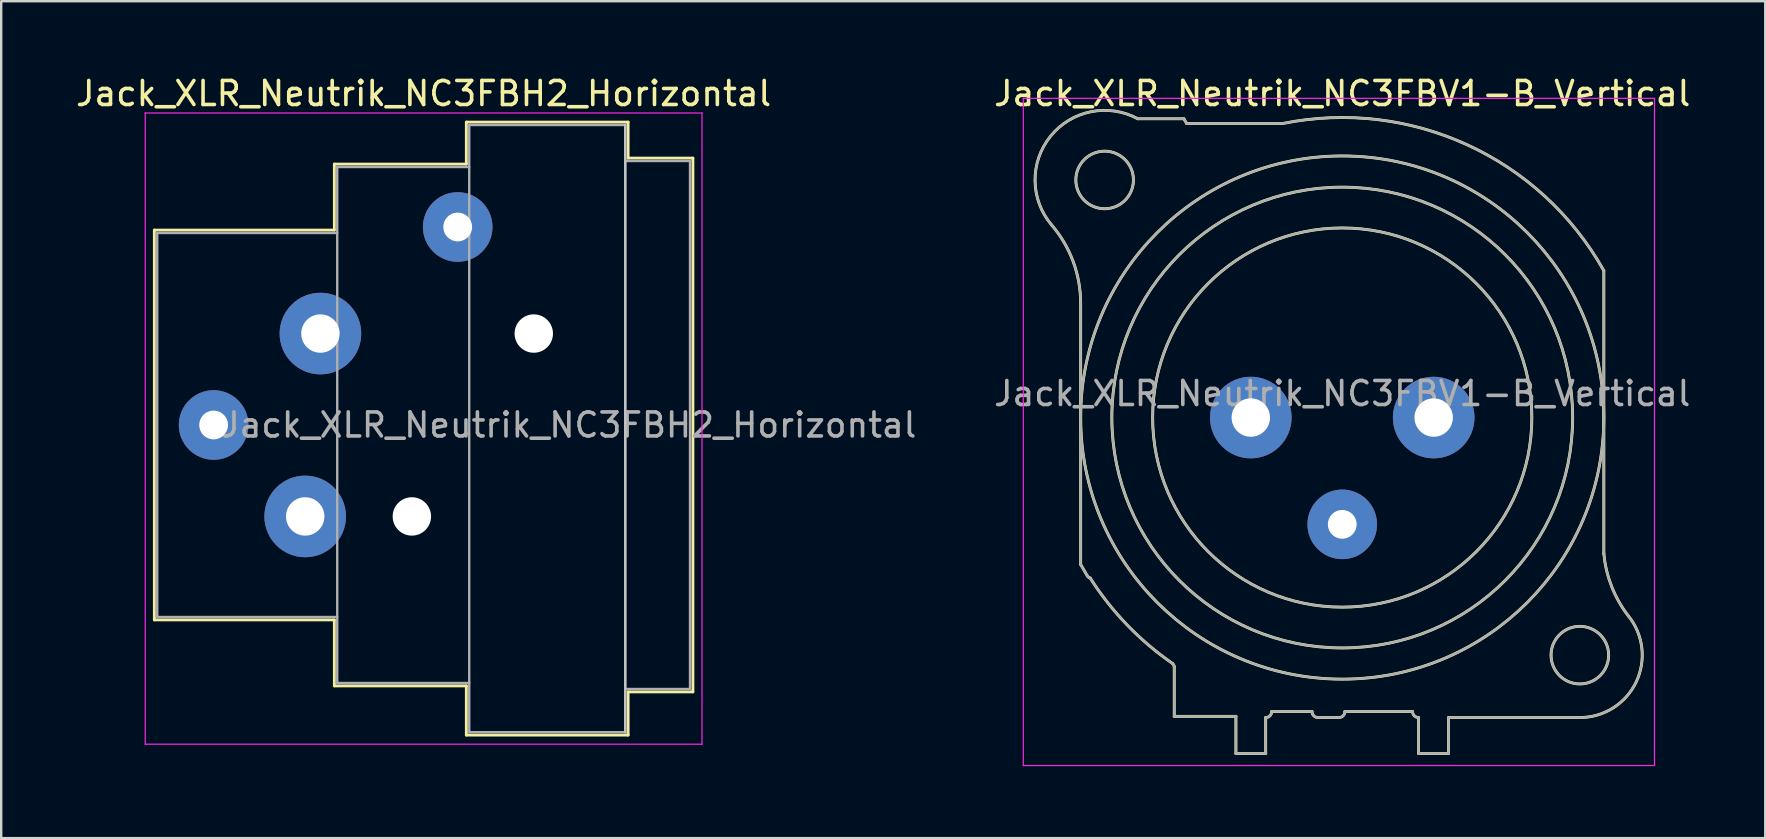
<source format=kicad_pcb>
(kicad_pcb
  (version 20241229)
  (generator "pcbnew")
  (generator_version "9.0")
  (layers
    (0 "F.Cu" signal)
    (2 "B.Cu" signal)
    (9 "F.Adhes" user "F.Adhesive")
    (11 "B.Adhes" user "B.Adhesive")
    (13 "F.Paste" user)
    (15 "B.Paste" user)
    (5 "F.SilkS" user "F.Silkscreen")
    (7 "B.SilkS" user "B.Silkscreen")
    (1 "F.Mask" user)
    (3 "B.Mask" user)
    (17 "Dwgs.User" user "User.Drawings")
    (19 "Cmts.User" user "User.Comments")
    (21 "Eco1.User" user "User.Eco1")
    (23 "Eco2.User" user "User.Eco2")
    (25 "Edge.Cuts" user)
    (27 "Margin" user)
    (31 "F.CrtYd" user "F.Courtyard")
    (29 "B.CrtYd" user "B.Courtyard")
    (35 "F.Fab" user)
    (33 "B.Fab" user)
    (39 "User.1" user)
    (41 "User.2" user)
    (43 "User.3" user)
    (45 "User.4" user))
  (footprint "Jack_XLR_Neutrik_NC3FBH2_Horizontal"
    (layer "F.Cu")
    (at 10.301 10.848)
    (property "Reference" "Jack_XLR_Neutrik_NC3FBH2_Horizontal" (at 4.3 -10 0) (layer "F.SilkS") (effects (font (size 1 1) (thickness 0.15))))
    (attr through_hole)
    (fp_line (start -6.92 -4.31) (end -6.92 11.93) (stroke (width 0.12) (type solid)) (layer "F.SilkS"))
    (fp_line (start 0.58 -7.06) (end 0.58 -4.31) (stroke (width 0.12) (type solid)) (layer "F.SilkS"))
    (fp_line (start 0.58 -4.31) (end -6.92 -4.31) (stroke (width 0.12) (type solid)) (layer "F.SilkS"))
    (fp_line (start 0.58 11.93) (end -6.92 11.93) (stroke (width 0.12) (type solid)) (layer "F.SilkS"))
    (fp_line (start 0.58 11.93) (end 0.58 14.68) (stroke (width 0.12) (type solid)) (layer "F.SilkS"))
    (fp_line (start 6.08 -7.06) (end 0.58 -7.06) (stroke (width 0.12) (type solid)) (layer "F.SilkS"))
    (fp_line (start 6.08 -7.06) (end 6.08 -8.81) (stroke (width 0.12) (type solid)) (layer "F.SilkS"))
    (fp_line (start 6.08 14.68) (end 0.58 14.68) (stroke (width 0.12) (type solid)) (layer "F.SilkS"))
    (fp_line (start 6.08 16.73) (end 6.08 14.68) (stroke (width 0.12) (type solid)) (layer "F.SilkS"))
    (fp_line (start 12.82 -8.81) (end 6.08 -8.81) (stroke (width 0.12) (type solid)) (layer "F.SilkS"))
    (fp_line (start 12.82 -8.81) (end 12.82 -7.31) (stroke (width 0.12) (type solid)) (layer "F.SilkS"))
    (fp_line (start 12.82 -7.31) (end 15.52 -7.31) (stroke (width 0.12) (type solid)) (layer "F.SilkS"))
    (fp_line (start 12.82 14.93) (end 12.82 16.73) (stroke (width 0.12) (type solid)) (layer "F.SilkS"))
    (fp_line (start 12.82 14.93) (end 15.52 14.93) (stroke (width 0.12) (type solid)) (layer "F.SilkS"))
    (fp_line (start 12.82 16.73) (end 6.08 16.73) (stroke (width 0.12) (type solid)) (layer "F.SilkS"))
    (fp_line (start 15.52 -7.31) (end 15.52 14.93) (stroke (width 0.12) (type solid)) (layer "F.SilkS"))
    (fp_line (start 12.7 -8.69) (end 12.7 16.61) (stroke (width 0.1) (type solid)) (layer "Dwgs.User"))
    (fp_line (start -7.3 -9.19) (end -7.3 17.11) (stroke (width 0.05) (type solid)) (layer "F.CrtYd"))
    (fp_line (start 15.9 -9.19) (end -7.3 -9.19) (stroke (width 0.05) (type solid)) (layer "F.CrtYd"))
    (fp_line (start 15.9 -9.19) (end 15.9 17.11) (stroke (width 0.05) (type solid)) (layer "F.CrtYd"))
    (fp_line (start 15.9 17.11) (end -7.3 17.11) (stroke (width 0.05) (type solid)) (layer "F.CrtYd"))
    (fp_line (start -6.8 -4.19) (end -6.8 11.81) (stroke (width 0.1) (type solid)) (layer "F.Fab"))
    (fp_line (start -6.8 11.81) (end 0.7 11.81) (stroke (width 0.1) (type solid)) (layer "F.Fab"))
    (fp_line (start 0.7 -6.94) (end 0.7 14.56) (stroke (width 0.1) (type solid)) (layer "F.Fab"))
    (fp_line (start 0.7 -4.19) (end -6.8 -4.19) (stroke (width 0.1) (type solid)) (layer "F.Fab"))
    (fp_line (start 0.7 14.56) (end 6.2 14.56) (stroke (width 0.1) (type solid)) (layer "F.Fab"))
    (fp_line (start 6.2 -8.69) (end 12.7 -8.69) (stroke (width 0.1) (type solid)) (layer "F.Fab"))
    (fp_line (start 6.2 -6.94) (end 0.7 -6.94) (stroke (width 0.1) (type solid)) (layer "F.Fab"))
    (fp_line (start 6.2 16.61) (end 6.2 -8.69) (stroke (width 0.1) (type solid)) (layer "F.Fab"))
    (fp_line (start 12.7 -8.69) (end 12.7 16.61) (stroke (width 0.1) (type solid)) (layer "F.Fab"))
    (fp_line (start 12.7 -7.19) (end 15.4 -7.19) (stroke (width 0.1) (type solid)) (layer "F.Fab"))
    (fp_line (start 12.7 16.61) (end 6.2 16.61) (stroke (width 0.1) (type solid)) (layer "F.Fab"))
    (fp_line (start 15.4 -7.19) (end 15.4 14.81) (stroke (width 0.1) (type solid)) (layer "F.Fab"))
    (fp_line (start 15.4 14.81) (end 12.7 14.81) (stroke (width 0.1) (type solid)) (layer "F.Fab"))
    (fp_text user "${REFERENCE}" (at 10.35 3.81 0) (layer "F.Fab") (effects (font (size 1 1) (thickness 0.15))))
    (pad "" np_thru_hole circle (at 3.81 7.62) (size 1.6 1.6) (drill 1.6) (layers "*.Cu" "*.Mask"))
    (pad "" np_thru_hole circle (at 8.89 0) (size 1.6 1.6) (drill 1.6) (layers "*.Cu" "*.Mask"))
    (pad "1" thru_hole circle (at 0 0) (size 3.4 3.4) (drill 1.6) (layers "*.Cu" "*.Mask"))
    (pad "2" thru_hole circle (at -0.635 7.62) (size 3.4 3.4) (drill 1.6) (layers "*.Cu" "*.Mask"))
    (pad "3" thru_hole circle (at -4.45 3.81) (size 2.9 2.9) (drill 1.2) (layers "*.Cu" "*.Mask"))
    (pad "G" thru_hole circle (at 5.72 -4.44) (size 2.9 2.9) (drill 1.2) (layers "*.Cu" "*.Mask")))
  (footprint "Jack_XLR_Neutrik_NC3FBV1-B_Vertical"
    (layer "F.Cu")
    (at 56.687 14.348)
    (property "Reference" "Jack_XLR_Neutrik_NC3FBV1-B_Vertical" (at -3.81 -13.5 0) (layer "F.SilkS") (effects (font (size 1 1) (thickness 0.15))))
    (attr through_hole)
    (fp_line (start -14.71 -4.76) (end -14.71 6.12) (stroke (width 0.12) (type solid)) (layer "F.SilkS"))
    (fp_line (start -14.71 6.12) (end -14.43 6.6) (stroke (width 0.12) (type solid)) (layer "F.SilkS"))
    (fp_line (start -10.81 10.39) (end -10.81 12.45) (stroke (width 0.12) (type solid)) (layer "F.SilkS"))
    (fp_line (start -10.81 12.45) (end -8.24 12.45) (stroke (width 0.12) (type solid)) (layer "F.SilkS"))
    (fp_line (start -10.41 -12.45) (end -12.33 -12.45) (stroke (width 0.12) (type solid)) (layer "F.SilkS"))
    (fp_line (start -10.29 -12.25) (end -10.41 -12.45) (stroke (width 0.12) (type solid)) (layer "F.SilkS"))
    (fp_line (start -8.24 12.45) (end -8.24 14) (stroke (width 0.12) (type solid)) (layer "F.SilkS"))
    (fp_line (start -7 14) (end -8.24 14) (stroke (width 0.12) (type solid)) (layer "F.SilkS"))
    (fp_line (start -7 14) (end -7 12.5) (stroke (width 0.12) (type solid)) (layer "F.SilkS"))
    (fp_line (start -6.75 12.25) (end -5.07 12.25) (stroke (width 0.12) (type solid)) (layer "F.SilkS"))
    (fp_line (start -6.3 -12.25) (end -10.29 -12.25) (stroke (width 0.12) (type solid)) (layer "F.SilkS"))
    (fp_line (start -4.82 12.5) (end -3.95 12.5) (stroke (width 0.12) (type solid)) (layer "F.SilkS"))
    (fp_line (start -3.7 12.25) (end -0.88 12.25) (stroke (width 0.12) (type solid)) (layer "F.SilkS"))
    (fp_line (start -0.63 12.5) (end -0.63 14) (stroke (width 0.12) (type solid)) (layer "F.SilkS"))
    (fp_line (start 0.62 12.5) (end 6.09 12.5) (stroke (width 0.12) (type solid)) (layer "F.SilkS"))
    (fp_line (start 0.62 14) (end -0.63 14) (stroke (width 0.12) (type solid)) (layer "F.SilkS"))
    (fp_line (start 0.62 14) (end 0.62 12.5) (stroke (width 0.12) (type solid)) (layer "F.SilkS"))
    (fp_line (start 7.09 5.67) (end 7.09 -6.12) (stroke (width 0.12) (type solid)) (layer "F.SilkS"))
    (fp_arc (start -15.916051 -8.020379) (mid -15.021177 -6.498148) (end -14.71 -4.76) (stroke (width 0.12) (type solid)) (layer "F.SilkS"))
    (fp_arc (start -15.908884 -8.010077) (mid -15.967404 -11.719623) (end -12.33 -12.45) (stroke (width 0.12) (type solid)) (layer "F.SilkS"))
    (fp_arc (start -14.313753 6.685219) (mid -14.379716 6.653303) (end -14.43 6.6) (stroke (width 0.12) (type solid)) (layer "F.SilkS"))
    (fp_arc (start -10.879208 10.248532) (mid -12.772983 8.641241) (end -14.31 6.69) (stroke (width 0.12) (type solid)) (layer "F.SilkS"))
    (fp_arc (start -10.874359 10.252686) (mid -10.828679 10.315015) (end -10.81 10.39) (stroke (width 0.12) (type solid)) (layer "F.SilkS"))
    (fp_arc (start -6.75 12.25) (mid -6.823223 12.426777) (end -7 12.5) (stroke (width 0.12) (type solid)) (layer "F.SilkS"))
    (fp_arc (start -6.283571 -12.253402) (mid 1.401126 -11.362596) (end 7.09 -6.12) (stroke (width 0.12) (type solid)) (layer "F.SilkS"))
    (fp_arc (start -4.82 12.5) (mid -4.996777 12.426777) (end -5.07 12.25) (stroke (width 0.12) (type solid)) (layer "F.SilkS"))
    (fp_arc (start -3.7 12.25) (mid -3.773223 12.426777) (end -3.95 12.5) (stroke (width 0.12) (type solid)) (layer "F.SilkS"))
    (fp_arc (start -0.63 12.5) (mid -0.806777 12.426777) (end -0.88 12.25) (stroke (width 0.12) (type solid)) (layer "F.SilkS"))
    (fp_arc (start 8.110579 8.263767) (mid 8.436721 11.019329) (end 6.09 12.5) (stroke (width 0.12) (type solid)) (layer "F.SilkS"))
    (fp_arc (start 8.111727 8.266808) (mid 7.416073 7.041111) (end 7.09 5.67) (stroke (width 0.12) (type solid)) (layer "F.SilkS"))
    (fp_circle (center -13.71 -9.9) (end -12.51 -9.9) (stroke (width 0.12) (type solid)) (fill no) (layer "F.SilkS"))
    (fp_circle (center -3.81 0) (end 4.09 0) (stroke (width 0.12) (type solid)) (fill no) (layer "F.SilkS"))
    (fp_circle (center -3.81 0) (end 5.79 0) (stroke (width 0.12) (type solid)) (fill no) (layer "F.SilkS"))
    (fp_circle (center -3.81 0) (end 7.09 0) (stroke (width 0.12) (type solid)) (fill no) (layer "F.SilkS"))
    (fp_circle (center 6.09 9.9) (end 7.29 9.9) (stroke (width 0.12) (type solid)) (fill no) (layer "F.SilkS"))
    (fp_line (start -17.1 -13.3) (end 9.2 -13.3) (stroke (width 0.05) (type solid)) (layer "F.CrtYd"))
    (fp_line (start -17.1 14.5) (end -17.1 -13.3) (stroke (width 0.05) (type solid)) (layer "F.CrtYd"))
    (fp_line (start 9.2 -13.3) (end 9.2 14.5) (stroke (width 0.05) (type solid)) (layer "F.CrtYd"))
    (fp_line (start 9.2 14.5) (end -17.1 14.5) (stroke (width 0.05) (type solid)) (layer "F.CrtYd"))
    (fp_line (start -14.71 -4.76) (end -14.71 6.12) (stroke (width 0.1) (type solid)) (layer "F.Fab"))
    (fp_line (start -14.71 6.12) (end -14.43 6.6) (stroke (width 0.1) (type solid)) (layer "F.Fab"))
    (fp_line (start -10.81 10.39) (end -10.81 12.45) (stroke (width 0.1) (type solid)) (layer "F.Fab"))
    (fp_line (start -10.81 12.45) (end -8.24 12.45) (stroke (width 0.1) (type solid)) (layer "F.Fab"))
    (fp_line (start -10.41 -12.45) (end -12.33 -12.45) (stroke (width 0.1) (type solid)) (layer "F.Fab"))
    (fp_line (start -10.29 -12.25) (end -10.41 -12.45) (stroke (width 0.1) (type solid)) (layer "F.Fab"))
    (fp_line (start -8.24 12.45) (end -8.24 14) (stroke (width 0.1) (type solid)) (layer "F.Fab"))
    (fp_line (start -7 14) (end -8.24 14) (stroke (width 0.1) (type solid)) (layer "F.Fab"))
    (fp_line (start -7 14) (end -7 12.5) (stroke (width 0.1) (type solid)) (layer "F.Fab"))
    (fp_line (start -6.75 12.25) (end -5.07 12.25) (stroke (width 0.1) (type solid)) (layer "F.Fab"))
    (fp_line (start -6.3 -12.25) (end -10.29 -12.25) (stroke (width 0.1) (type solid)) (layer "F.Fab"))
    (fp_line (start -4.82 12.5) (end -3.95 12.5) (stroke (width 0.1) (type solid)) (layer "F.Fab"))
    (fp_line (start -3.7 12.25) (end -0.88 12.25) (stroke (width 0.1) (type solid)) (layer "F.Fab"))
    (fp_line (start -0.63 12.5) (end -0.63 14) (stroke (width 0.1) (type solid)) (layer "F.Fab"))
    (fp_line (start 0.62 12.5) (end 6.09 12.5) (stroke (width 0.1) (type solid)) (layer "F.Fab"))
    (fp_line (start 0.62 14) (end -0.63 14) (stroke (width 0.1) (type solid)) (layer "F.Fab"))
    (fp_line (start 0.62 14) (end 0.62 12.5) (stroke (width 0.1) (type solid)) (layer "F.Fab"))
    (fp_line (start 7.09 5.67) (end 7.09 -6.12) (stroke (width 0.1) (type solid)) (layer "F.Fab"))
    (fp_arc (start -15.916051 -8.020379) (mid -15.021177 -6.498148) (end -14.71 -4.76) (stroke (width 0.1) (type solid)) (layer "F.Fab"))
    (fp_arc (start -15.908884 -8.010077) (mid -15.967404 -11.719623) (end -12.33 -12.45) (stroke (width 0.1) (type solid)) (layer "F.Fab"))
    (fp_arc (start -14.313753 6.685219) (mid -14.379716 6.653303) (end -14.43 6.6) (stroke (width 0.1) (type solid)) (layer "F.Fab"))
    (fp_arc (start -10.879208 10.248532) (mid -12.772983 8.641241) (end -14.31 6.69) (stroke (width 0.1) (type solid)) (layer "F.Fab"))
    (fp_arc (start -10.874359 10.252686) (mid -10.828679 10.315015) (end -10.81 10.39) (stroke (width 0.1) (type solid)) (layer "F.Fab"))
    (fp_arc (start -6.75 12.25) (mid -6.823223 12.426777) (end -7 12.5) (stroke (width 0.1) (type solid)) (layer "F.Fab"))
    (fp_arc (start -6.283571 -12.253402) (mid 1.401126 -11.362596) (end 7.09 -6.12) (stroke (width 0.1) (type solid)) (layer "F.Fab"))
    (fp_arc (start -4.82 12.5) (mid -4.996777 12.426777) (end -5.07 12.25) (stroke (width 0.1) (type solid)) (layer "F.Fab"))
    (fp_arc (start -3.7 12.25) (mid -3.773223 12.426777) (end -3.95 12.5) (stroke (width 0.1) (type solid)) (layer "F.Fab"))
    (fp_arc (start -0.63 12.5) (mid -0.806777 12.426777) (end -0.88 12.25) (stroke (width 0.1) (type solid)) (layer "F.Fab"))
    (fp_arc (start 8.110579 8.263767) (mid 8.436721 11.019329) (end 6.09 12.5) (stroke (width 0.1) (type solid)) (layer "F.Fab"))
    (fp_arc (start 8.111727 8.266808) (mid 7.416073 7.041111) (end 7.09 5.67) (stroke (width 0.1) (type solid)) (layer "F.Fab"))
    (fp_circle (center -13.71 -9.9) (end -12.51 -9.9) (stroke (width 0.1) (type solid)) (fill no) (layer "F.Fab"))
    (fp_circle (center -3.81 0) (end 4.09 0) (stroke (width 0.1) (type solid)) (fill no) (layer "F.Fab"))
    (fp_circle (center -3.81 0) (end 5.79 0) (stroke (width 0.1) (type solid)) (fill no) (layer "F.Fab"))
    (fp_circle (center -3.81 0) (end 7.09 0) (stroke (width 0.1) (type solid)) (fill no) (layer "F.Fab"))
    (fp_circle (center 6.09 9.9) (end 7.29 9.9) (stroke (width 0.1) (type solid)) (fill no) (layer "F.Fab"))
    (fp_text user "${REFERENCE}" (at -3.81 -1 0) (layer "F.Fab") (effects (font (size 1 1) (thickness 0.15))))
    (pad "1" thru_hole circle (at 0 0) (size 3.4 3.4) (drill 1.6) (layers "*.Cu" "*.Mask"))
    (pad "2" thru_hole circle (at -7.62 0) (size 3.4 3.4) (drill 1.6) (layers "*.Cu" "*.Mask"))
    (pad "3" thru_hole circle (at -3.81 4.45) (size 2.9 2.9) (drill 1.2) (layers "*.Cu" "*.Mask")))
  (gr_rect
    (start -3 -3)
    (end 70.502 31.873)
    (stroke (width 0.1) (type default))
    (fill no)
    (layer "Edge.Cuts")))
</source>
